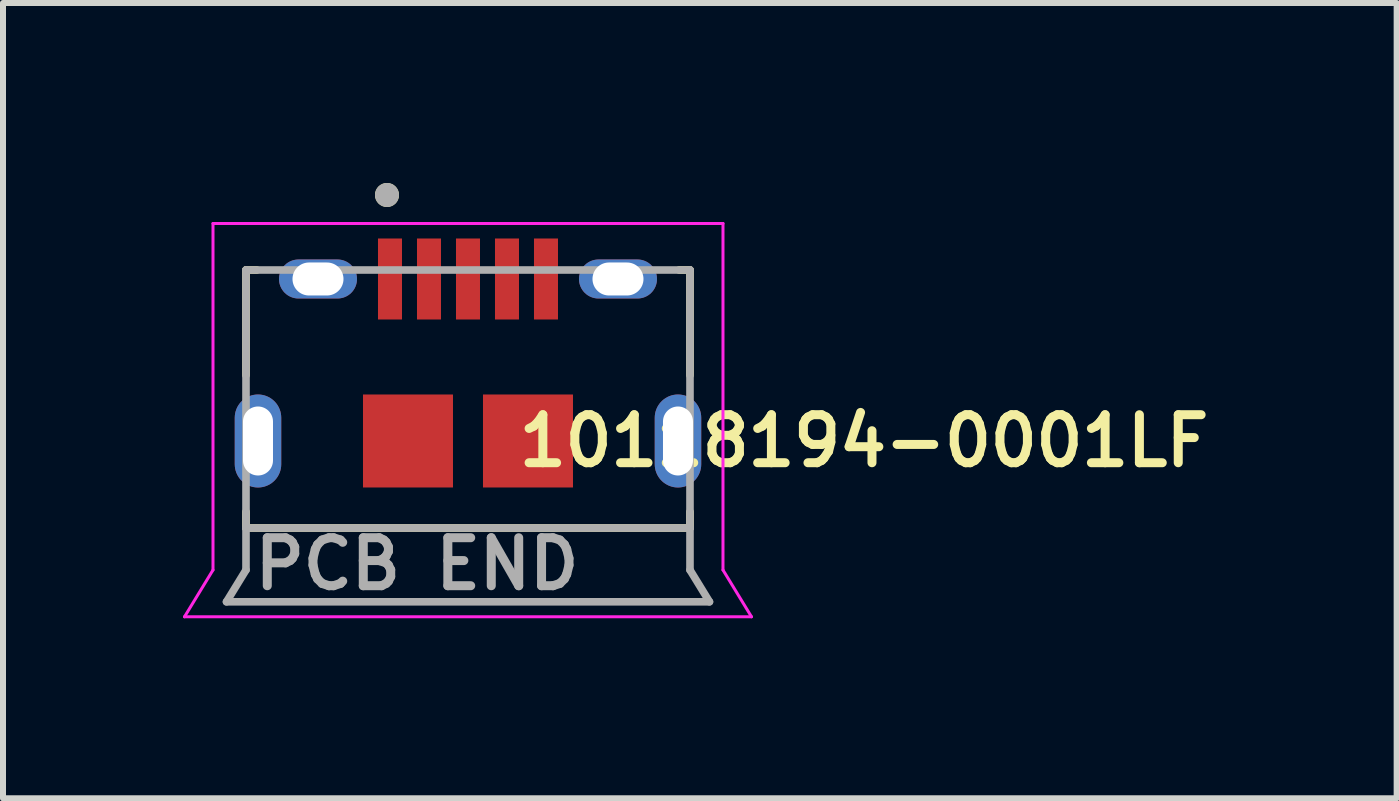
<source format=kicad_pcb>
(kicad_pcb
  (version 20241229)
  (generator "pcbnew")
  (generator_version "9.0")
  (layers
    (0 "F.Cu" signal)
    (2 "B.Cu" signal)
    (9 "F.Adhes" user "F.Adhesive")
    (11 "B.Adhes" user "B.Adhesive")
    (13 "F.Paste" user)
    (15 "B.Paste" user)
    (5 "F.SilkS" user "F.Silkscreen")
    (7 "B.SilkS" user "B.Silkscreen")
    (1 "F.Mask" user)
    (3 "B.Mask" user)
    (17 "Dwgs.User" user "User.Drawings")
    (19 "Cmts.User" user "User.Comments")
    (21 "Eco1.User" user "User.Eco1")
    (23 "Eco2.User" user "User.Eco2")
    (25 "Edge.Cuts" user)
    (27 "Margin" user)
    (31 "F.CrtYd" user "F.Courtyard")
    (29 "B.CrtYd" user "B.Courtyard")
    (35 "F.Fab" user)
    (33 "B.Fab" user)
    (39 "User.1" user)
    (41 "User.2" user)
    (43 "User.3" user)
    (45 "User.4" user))
  (footprint "10118194-0001LF"
    (layer "F.Cu")
    (at 4.75 4.3)
    (property "Reference" "10118194-0001LF" (at 6.6 0 0) (layer "F.SilkS") (effects (font (size 0.8 0.8) (thickness 0.15))))
    (attr through_hole)
    (fp_poly (pts (xy -3.6 -0.875) (xy -2.2 -0.875) (xy -2.2 0.875) (xy -3.6 0.875) (xy -3.626 0.874) (xy -3.652 0.872) (xy -3.678 0.869) (xy -3.704 0.864) (xy -3.729 0.858) (xy -3.755 0.851) (xy -3.779 0.842) (xy -3.803 0.832) (xy -3.827 0.821) (xy -3.85 0.808) (xy -3.872 0.794) (xy -3.894 0.78) (xy -3.915 0.764) (xy -3.935 0.747) (xy -3.954 0.729) (xy -3.972 0.71) (xy -3.989 0.69) (xy -4.005 0.669) (xy -4.019 0.647) (xy -4.033 0.625) (xy -4.046 0.602) (xy -4.057 0.578) (xy -4.067 0.554) (xy -4.076 0.53) (xy -4.083 0.504) (xy -4.089 0.479) (xy -4.094 0.453) (xy -4.097 0.427) (xy -4.099 0.401) (xy -4.1 0.375) (xy -4.1 -0.375) (xy -4.099 -0.401) (xy -4.097 -0.427) (xy -4.094 -0.453) (xy -4.089 -0.479) (xy -4.083 -0.504) (xy -4.076 -0.53) (xy -4.067 -0.554) (xy -4.057 -0.578) (xy -4.046 -0.602) (xy -4.033 -0.625) (xy -4.019 -0.647) (xy -4.005 -0.669) (xy -3.989 -0.69) (xy -3.972 -0.71) (xy -3.954 -0.729) (xy -3.935 -0.747) (xy -3.915 -0.764) (xy -3.894 -0.78) (xy -3.872 -0.794) (xy -3.85 -0.808) (xy -3.827 -0.821) (xy -3.803 -0.832) (xy -3.779 -0.842) (xy -3.755 -0.851) (xy -3.729 -0.858) (xy -3.704 -0.864) (xy -3.678 -0.869) (xy -3.652 -0.872) (xy -3.626 -0.874) (xy -3.6 -0.875)) (stroke (width 0.0001) (type solid)) (fill yes) (layer "F.Mask"))
    (fp_poly (pts (xy 3.6 0.875) (xy 2.2 0.875) (xy 2.2 -0.875) (xy 3.6 -0.875) (xy 3.626 -0.874) (xy 3.652 -0.872) (xy 3.678 -0.869) (xy 3.704 -0.864) (xy 3.729 -0.858) (xy 3.755 -0.851) (xy 3.779 -0.842) (xy 3.803 -0.832) (xy 3.827 -0.821) (xy 3.85 -0.808) (xy 3.872 -0.794) (xy 3.894 -0.78) (xy 3.915 -0.764) (xy 3.935 -0.747) (xy 3.954 -0.729) (xy 3.972 -0.71) (xy 3.989 -0.69) (xy 4.005 -0.669) (xy 4.019 -0.647) (xy 4.033 -0.625) (xy 4.046 -0.602) (xy 4.057 -0.578) (xy 4.067 -0.554) (xy 4.076 -0.53) (xy 4.083 -0.504) (xy 4.089 -0.479) (xy 4.094 -0.453) (xy 4.097 -0.427) (xy 4.099 -0.401) (xy 4.1 -0.375) (xy 4.1 0.375) (xy 4.099 0.401) (xy 4.097 0.427) (xy 4.094 0.453) (xy 4.089 0.479) (xy 4.083 0.504) (xy 4.076 0.53) (xy 4.067 0.554) (xy 4.057 0.578) (xy 4.046 0.602) (xy 4.033 0.625) (xy 4.019 0.647) (xy 4.005 0.669) (xy 3.989 0.69) (xy 3.972 0.71) (xy 3.954 0.729) (xy 3.935 0.747) (xy 3.915 0.764) (xy 3.894 0.78) (xy 3.872 0.794) (xy 3.85 0.808) (xy 3.827 0.821) (xy 3.803 0.832) (xy 3.779 0.842) (xy 3.755 0.851) (xy 3.729 0.858) (xy 3.704 0.864) (xy 3.678 0.869) (xy 3.652 0.872) (xy 3.626 0.874) (xy 3.6 0.875)) (stroke (width 0.0001) (type solid)) (fill yes) (layer "F.Mask"))
    (fp_line (start -3.7 -2.85) (end -3.7 -1.095) (stroke (width 0.127) (type solid)) (layer "F.SilkS"))
    (fp_line (start -3.7 -2.85) (end -3.52 -2.85) (stroke (width 0.127) (type solid)) (layer "F.SilkS"))
    (fp_line (start -3.7 1.45) (end -3.7 1.18) (stroke (width 0.127) (type solid)) (layer "F.SilkS"))
    (fp_line (start -3.7 1.45) (end 3.7 1.45) (stroke (width 0.127) (type solid)) (layer "F.SilkS"))
    (fp_line (start 3.7 -2.85) (end 3.52 -2.85) (stroke (width 0.127) (type solid)) (layer "F.SilkS"))
    (fp_line (start 3.7 -2.85) (end 3.7 -1.095) (stroke (width 0.127) (type solid)) (layer "F.SilkS"))
    (fp_line (start 3.7 1.18) (end 3.7 1.45) (stroke (width 0.127) (type solid)) (layer "F.SilkS"))
    (fp_circle (center -1.35 -4.1) (end -1.25 -4.1) (stroke (width 0.2) (type solid)) (fill no) (layer "F.SilkS"))
    (fp_line (start -3.5 -0.77) (end -3.5 -0.6) (stroke (width 0.0001) (type solid)) (layer "F.Paste"))
    (fp_line (start 3.5 0.77) (end 3.5 0.6) (stroke (width 0.0001) (type solid)) (layer "F.Paste"))
    (fp_poly (pts (xy -3.5 -0.775) (xy -3.5 -0.575) (xy -3.487 -0.575) (xy -3.474 -0.574) (xy -3.461 -0.572) (xy -3.448 -0.57) (xy -3.435 -0.566) (xy -3.423 -0.563) (xy -3.41 -0.558) (xy -3.398 -0.553) (xy -3.387 -0.548) (xy -3.375 -0.542) (xy -3.364 -0.535) (xy -3.353 -0.527) (xy -3.343 -0.519) (xy -3.333 -0.511) (xy -3.323 -0.502) (xy -3.314 -0.492) (xy -3.306 -0.482) (xy -3.298 -0.472) (xy -3.29 -0.461) (xy -3.283 -0.45) (xy -3.277 -0.438) (xy -3.272 -0.427) (xy -3.267 -0.415) (xy -3.262 -0.402) (xy -3.259 -0.39) (xy -3.255 -0.377) (xy -3.253 -0.364) (xy -3.251 -0.351) (xy -3.25 -0.338) (xy -3.25 -0.325) (xy -3.25 0.325) (xy -3.25 0.338) (xy -3.251 0.351) (xy -3.253 0.364) (xy -3.255 0.377) (xy -3.259 0.39) (xy -3.262 0.402) (xy -3.267 0.415) (xy -3.272 0.427) (xy -3.277 0.438) (xy -3.283 0.45) (xy -3.29 0.461) (xy -3.298 0.472) (xy -3.306 0.482) (xy -3.314 0.492) (xy -3.323 0.502) (xy -3.333 0.511) (xy -3.343 0.519) (xy -3.353 0.527) (xy -3.364 0.535) (xy -3.375 0.542) (xy -3.387 0.548) (xy -3.398 0.553) (xy -3.41 0.558) (xy -3.423 0.563) (xy -3.435 0.566) (xy -3.448 0.57) (xy -3.461 0.572) (xy -3.474 0.574) (xy -3.487 0.575) (xy -3.5 0.575) (xy -3.5 0.775) (xy -2.3 0.775) (xy -2.3 -0.775) (xy -3.5 -0.775)) (stroke (width 0.0001) (type solid)) (fill yes) (layer "F.Paste"))
    (fp_poly (pts (xy 3.5 0.775) (xy 3.5 0.575) (xy 3.487 0.575) (xy 3.474 0.574) (xy 3.461 0.572) (xy 3.448 0.57) (xy 3.435 0.566) (xy 3.423 0.563) (xy 3.41 0.558) (xy 3.398 0.553) (xy 3.387 0.548) (xy 3.375 0.542) (xy 3.364 0.535) (xy 3.353 0.527) (xy 3.343 0.519) (xy 3.333 0.511) (xy 3.323 0.502) (xy 3.314 0.492) (xy 3.306 0.482) (xy 3.298 0.472) (xy 3.29 0.461) (xy 3.283 0.45) (xy 3.277 0.438) (xy 3.272 0.427) (xy 3.267 0.415) (xy 3.262 0.402) (xy 3.259 0.39) (xy 3.255 0.377) (xy 3.253 0.364) (xy 3.251 0.351) (xy 3.25 0.338) (xy 3.25 0.325) (xy 3.25 -0.325) (xy 3.25 -0.338) (xy 3.251 -0.351) (xy 3.253 -0.364) (xy 3.255 -0.377) (xy 3.259 -0.39) (xy 3.262 -0.402) (xy 3.267 -0.415) (xy 3.272 -0.427) (xy 3.277 -0.438) (xy 3.283 -0.45) (xy 3.29 -0.461) (xy 3.298 -0.472) (xy 3.306 -0.482) (xy 3.314 -0.492) (xy 3.323 -0.502) (xy 3.333 -0.511) (xy 3.343 -0.519) (xy 3.353 -0.527) (xy 3.364 -0.535) (xy 3.375 -0.542) (xy 3.387 -0.548) (xy 3.398 -0.553) (xy 3.41 -0.558) (xy 3.423 -0.563) (xy 3.435 -0.566) (xy 3.448 -0.57) (xy 3.461 -0.572) (xy 3.474 -0.574) (xy 3.487 -0.575) (xy 3.5 -0.575) (xy 3.5 -0.775) (xy 2.3 -0.775) (xy 2.3 0.775) (xy 3.5 0.775)) (stroke (width 0.0001) (type solid)) (fill yes) (layer "F.Paste"))
    (fp_poly (pts (xy -3.5 -0.775) (xy -3.5 -0.575) (xy -3.513 -0.575) (xy -3.526 -0.574) (xy -3.539 -0.572) (xy -3.552 -0.57) (xy -3.565 -0.566) (xy -3.577 -0.563) (xy -3.59 -0.558) (xy -3.602 -0.553) (xy -3.613 -0.548) (xy -3.625 -0.542) (xy -3.636 -0.535) (xy -3.647 -0.527) (xy -3.657 -0.519) (xy -3.667 -0.511) (xy -3.677 -0.502) (xy -3.686 -0.492) (xy -3.694 -0.482) (xy -3.702 -0.472) (xy -3.71 -0.461) (xy -3.717 -0.45) (xy -3.723 -0.438) (xy -3.728 -0.427) (xy -3.733 -0.415) (xy -3.738 -0.402) (xy -3.741 -0.39) (xy -3.745 -0.377) (xy -3.747 -0.364) (xy -3.749 -0.351) (xy -3.75 -0.338) (xy -3.75 -0.325) (xy -3.75 0.325) (xy -3.75 0.338) (xy -3.749 0.351) (xy -3.747 0.364) (xy -3.745 0.377) (xy -3.741 0.39) (xy -3.738 0.402) (xy -3.733 0.415) (xy -3.728 0.427) (xy -3.723 0.438) (xy -3.717 0.45) (xy -3.71 0.461) (xy -3.702 0.472) (xy -3.694 0.482) (xy -3.686 0.492) (xy -3.677 0.502) (xy -3.667 0.511) (xy -3.657 0.519) (xy -3.647 0.527) (xy -3.636 0.535) (xy -3.625 0.542) (xy -3.613 0.548) (xy -3.602 0.553) (xy -3.59 0.558) (xy -3.577 0.563) (xy -3.565 0.566) (xy -3.552 0.57) (xy -3.539 0.572) (xy -3.526 0.574) (xy -3.513 0.575) (xy -3.5 0.575) (xy -3.5 0.775) (xy -3.526 0.774) (xy -3.552 0.772) (xy -3.578 0.769) (xy -3.604 0.764) (xy -3.629 0.758) (xy -3.655 0.751) (xy -3.679 0.742) (xy -3.703 0.732) (xy -3.727 0.721) (xy -3.75 0.708) (xy -3.772 0.694) (xy -3.794 0.68) (xy -3.815 0.664) (xy -3.835 0.647) (xy -3.854 0.629) (xy -3.872 0.61) (xy -3.889 0.59) (xy -3.905 0.569) (xy -3.919 0.547) (xy -3.933 0.525) (xy -3.946 0.502) (xy -3.957 0.478) (xy -3.967 0.454) (xy -3.976 0.43) (xy -3.983 0.404) (xy -3.989 0.379) (xy -3.994 0.353) (xy -3.997 0.327) (xy -3.999 0.301) (xy -4 0.275) (xy -4 -0.275) (xy -3.999 -0.301) (xy -3.997 -0.327) (xy -3.994 -0.353) (xy -3.989 -0.379) (xy -3.983 -0.404) (xy -3.976 -0.43) (xy -3.967 -0.454) (xy -3.957 -0.478) (xy -3.946 -0.502) (xy -3.933 -0.525) (xy -3.919 -0.547) (xy -3.905 -0.569) (xy -3.889 -0.59) (xy -3.872 -0.61) (xy -3.854 -0.629) (xy -3.835 -0.647) (xy -3.815 -0.664) (xy -3.794 -0.68) (xy -3.772 -0.694) (xy -3.75 -0.708) (xy -3.727 -0.721) (xy -3.703 -0.732) (xy -3.679 -0.742) (xy -3.655 -0.751) (xy -3.629 -0.758) (xy -3.604 -0.764) (xy -3.578 -0.769) (xy -3.552 -0.772) (xy -3.526 -0.774) (xy -3.5 -0.775)) (stroke (width 0.0001) (type solid)) (fill yes) (layer "F.Paste"))
    (fp_poly (pts (xy 3.5 0.775) (xy 3.5 0.575) (xy 3.513 0.575) (xy 3.526 0.574) (xy 3.539 0.572) (xy 3.552 0.57) (xy 3.565 0.566) (xy 3.577 0.563) (xy 3.59 0.558) (xy 3.602 0.553) (xy 3.613 0.548) (xy 3.625 0.542) (xy 3.636 0.535) (xy 3.647 0.527) (xy 3.657 0.519) (xy 3.667 0.511) (xy 3.677 0.502) (xy 3.686 0.492) (xy 3.694 0.482) (xy 3.702 0.472) (xy 3.71 0.461) (xy 3.717 0.45) (xy 3.723 0.438) (xy 3.728 0.427) (xy 3.733 0.415) (xy 3.738 0.402) (xy 3.741 0.39) (xy 3.745 0.377) (xy 3.747 0.364) (xy 3.749 0.351) (xy 3.75 0.338) (xy 3.75 0.325) (xy 3.75 -0.325) (xy 3.75 -0.338) (xy 3.749 -0.351) (xy 3.747 -0.364) (xy 3.745 -0.377) (xy 3.741 -0.39) (xy 3.738 -0.402) (xy 3.733 -0.415) (xy 3.728 -0.427) (xy 3.723 -0.438) (xy 3.717 -0.45) (xy 3.71 -0.461) (xy 3.702 -0.472) (xy 3.694 -0.482) (xy 3.686 -0.492) (xy 3.677 -0.502) (xy 3.667 -0.511) (xy 3.657 -0.519) (xy 3.647 -0.527) (xy 3.636 -0.535) (xy 3.625 -0.542) (xy 3.613 -0.548) (xy 3.602 -0.553) (xy 3.59 -0.558) (xy 3.577 -0.563) (xy 3.565 -0.566) (xy 3.552 -0.57) (xy 3.539 -0.572) (xy 3.526 -0.574) (xy 3.513 -0.575) (xy 3.5 -0.575) (xy 3.5 -0.775) (xy 3.526 -0.774) (xy 3.552 -0.772) (xy 3.578 -0.769) (xy 3.604 -0.764) (xy 3.629 -0.758) (xy 3.655 -0.751) (xy 3.679 -0.742) (xy 3.703 -0.732) (xy 3.727 -0.721) (xy 3.75 -0.708) (xy 3.772 -0.694) (xy 3.794 -0.68) (xy 3.815 -0.664) (xy 3.835 -0.647) (xy 3.854 -0.629) (xy 3.872 -0.61) (xy 3.889 -0.59) (xy 3.905 -0.569) (xy 3.919 -0.547) (xy 3.933 -0.525) (xy 3.946 -0.502) (xy 3.957 -0.478) (xy 3.967 -0.454) (xy 3.976 -0.43) (xy 3.983 -0.404) (xy 3.989 -0.379) (xy 3.994 -0.353) (xy 3.997 -0.327) (xy 3.999 -0.301) (xy 4 -0.275) (xy 4 0.275) (xy 3.999 0.301) (xy 3.997 0.327) (xy 3.994 0.353) (xy 3.989 0.379) (xy 3.983 0.404) (xy 3.976 0.43) (xy 3.967 0.454) (xy 3.957 0.478) (xy 3.946 0.502) (xy 3.933 0.525) (xy 3.919 0.547) (xy 3.905 0.569) (xy 3.889 0.59) (xy 3.872 0.61) (xy 3.854 0.629) (xy 3.835 0.647) (xy 3.815 0.664) (xy 3.794 0.68) (xy 3.772 0.694) (xy 3.75 0.708) (xy 3.727 0.721) (xy 3.703 0.732) (xy 3.679 0.742) (xy 3.655 0.751) (xy 3.629 0.758) (xy 3.604 0.764) (xy 3.578 0.769) (xy 3.552 0.772) (xy 3.526 0.774) (xy 3.5 0.775)) (stroke (width 0.0001) (type solid)) (fill yes) (layer "F.Paste"))
    (fp_line (start -4.725 2.93) (end -4.25 2.15) (stroke (width 0.05) (type solid)) (layer "F.CrtYd"))
    (fp_line (start -4.25 -3.625) (end 4.25 -3.625) (stroke (width 0.05) (type solid)) (layer "F.CrtYd"))
    (fp_line (start -4.25 2.15) (end -4.25 -3.625) (stroke (width 0.05) (type solid)) (layer "F.CrtYd"))
    (fp_line (start 4.25 2.15) (end 4.25 -3.625) (stroke (width 0.05) (type solid)) (layer "F.CrtYd"))
    (fp_line (start 4.725 2.93) (end -4.725 2.93) (stroke (width 0.05) (type solid)) (layer "F.CrtYd"))
    (fp_line (start 4.725 2.93) (end 4.25 2.15) (stroke (width 0.05) (type solid)) (layer "F.CrtYd"))
    (fp_line (start -4.025 2.68) (end 4.025 2.68) (stroke (width 0.127) (type solid)) (layer "F.Fab"))
    (fp_line (start -3.7 -2.85) (end -3.7 1.45) (stroke (width 0.127) (type solid)) (layer "F.Fab"))
    (fp_line (start -3.7 -2.85) (end 3.7 -2.85) (stroke (width 0.127) (type solid)) (layer "F.Fab"))
    (fp_line (start -3.7 1.45) (end -3.7 2.15) (stroke (width 0.127) (type solid)) (layer "F.Fab"))
    (fp_line (start -3.7 1.45) (end 3.7 1.45) (stroke (width 0.127) (type solid)) (layer "F.Fab"))
    (fp_line (start -3.7 2.15) (end -4.025 2.68) (stroke (width 0.127) (type solid)) (layer "F.Fab"))
    (fp_line (start 3.7 1.45) (end 3.7 -2.85) (stroke (width 0.127) (type solid)) (layer "F.Fab"))
    (fp_line (start 3.7 2.15) (end 3.7 1.45) (stroke (width 0.127) (type solid)) (layer "F.Fab"))
    (fp_line (start 4.025 2.68) (end 3.7 2.15) (stroke (width 0.127) (type solid)) (layer "F.Fab"))
    (fp_circle (center -1.35 -4.1) (end -1.25 -4.1) (stroke (width 0.2) (type solid)) (fill no) (layer "F.Fab"))
    (fp_text user "PCB END" (at -0.85 2.05 0) (layer "F.Fab") (effects (font (size 0.8 0.8) (thickness 0.15))))
    (pad "1" smd rect (at -1.3 -2.7) (size 0.4 1.35) (layers "F.Cu" "F.Mask" "F.Paste"))
    (pad "2" smd rect (at -0.65 -2.7) (size 0.4 1.35) (layers "F.Cu" "F.Mask" "F.Paste"))
    (pad "3" smd rect (at 0 -2.7) (size 0.4 1.35) (layers "F.Cu" "F.Mask" "F.Paste"))
    (pad "4" smd rect (at 0.65 -2.7) (size 0.4 1.35) (layers "F.Cu" "F.Mask" "F.Paste"))
    (pad "5" smd rect (at 1.3 -2.7) (size 0.4 1.35) (layers "F.Cu" "F.Mask" "F.Paste"))
    (pad "S" thru_hole oval (at -3.5 0) (size 0.775 1.55) (drill oval 0.5 1.15) (layers "*.Cu" "*.Mask"))
    (pad "S1" thru_hole oval (at -2.5 -2.7) (size 1.3 0.65) (drill oval 0.85 0.55) (layers "*.Cu" "*.Mask"))
    (pad "S2" thru_hole oval (at 2.5 -2.7) (size 1.3 0.65) (drill oval 0.85 0.55) (layers "*.Cu" "*.Mask"))
    (pad "S3" thru_hole oval (at 3.5 0) (size 0.775 1.55) (drill oval 0.5 1.15) (layers "*.Cu" "*.Mask"))
    (pad "S4" smd rect (at 1 0) (size 1.5 1.55) (layers "F.Cu" "F.Mask" "F.Paste"))
    (pad "S5" smd rect (at -1 0) (size 1.5 1.55) (layers "F.Cu" "F.Mask" "F.Paste")))
  (gr_rect
    (start -3 -3)
    (end 20.228 10.255)
    (stroke (width 0.1) (type default))
    (fill no)
    (layer "Edge.Cuts")))
</source>
